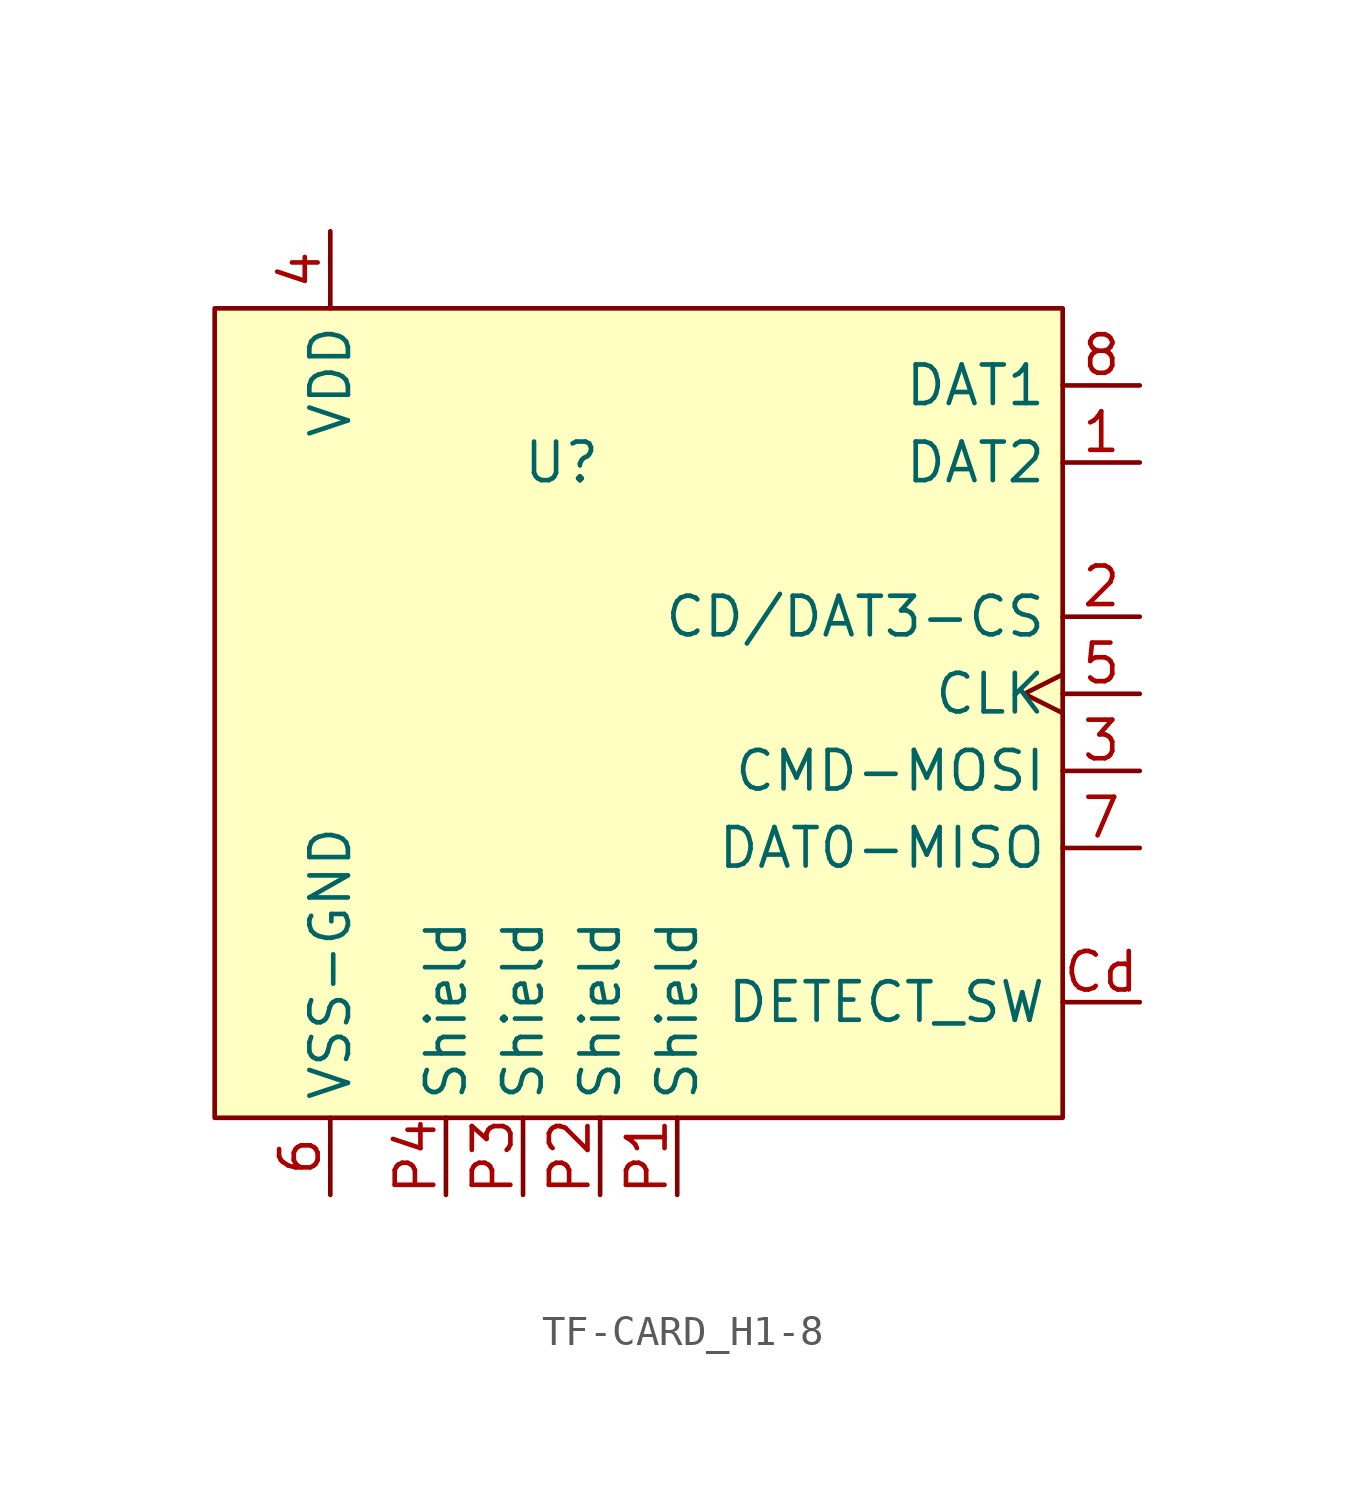
<source format=kicad_sym>
(kicad_symbol_lib
  (version 20220914)
  (generator kicad_symbol_editor)
  (symbol "TF-CARD_H1-8"
    (property "Reference" "U"
      (at -3.81 7.62 0)
      (effects (font (size 1.27 1.27))))
    (property "Value" ""
      (at 2.54 -1.27 0)
      (effects (font (size 1.27 1.27))))
    (symbol "TF-CARD_H1-8_1_1"
      (rectangle (start -15.24 12.7) (end 12.7 -13.97) (stroke (width 0) (type default)) (fill (type background)))
      (pin passive line (at 15.24 7.62 180) (length 2.54) (name "DAT2" (effects (font (size 1.27 1.27)))) (number "1" (effects (font (size 1.27 1.27)))))
      (pin passive line (at 15.24 2.54 180) (length 2.54) (name "CD/DAT3-CS" (effects (font (size 1.27 1.27)))) (number "2" (effects (font (size 1.27 1.27)))))
      (pin passive line (at 15.24 -2.54 180) (length 2.54) (name "CMD-MOSI" (effects (font (size 1.27 1.27)))) (number "3" (effects (font (size 1.27 1.27)))))
      (pin power_in line (at -11.43 15.24 270) (length 2.54) (name "VDD" (effects (font (size 1.27 1.27)))) (number "4" (effects (font (size 1.27 1.27)))))
      (pin passive clock (at 15.24 0 180) (length 2.54) (name "CLK" (effects (font (size 1.27 1.27)))) (number "5" (effects (font (size 1.27 1.27)))))
      (pin power_in line (at -11.43 -16.51 90) (length 2.54) (name "VSS-GND" (effects (font (size 1.27 1.27)))) (number "6" (effects (font (size 1.27 1.27)))))
      (pin passive line (at 15.24 -5.08 180) (length 2.54) (name "DAT0-MISO" (effects (font (size 1.27 1.27)))) (number "7" (effects (font (size 1.27 1.27)))))
      (pin passive line (at 15.24 10.16 180) (length 2.54) (name "DAT1" (effects (font (size 1.27 1.27)))) (number "8" (effects (font (size 1.27 1.27)))))
      (pin passive line (at 15.24 -10.16 180) (length 2.54) (name "DETECT_SW" (effects (font (size 1.27 1.27)))) (number "Cd" (effects (font (size 1.27 1.27)))))
      (pin passive line (at 0 -16.51 90) (length 2.54) (name "Shield" (effects (font (size 1.27 1.27)))) (number "P1" (effects (font (size 1.27 1.27)))))
      (pin passive line (at -2.54 -16.51 90) (length 2.54) (name "Shield" (effects (font (size 1.27 1.27)))) (number "P2" (effects (font (size 1.27 1.27)))))
      (pin passive line (at -5.08 -16.51 90) (length 2.54) (name "Shield" (effects (font (size 1.27 1.27)))) (number "P3" (effects (font (size 1.27 1.27)))))
      (pin passive line (at -7.62 -16.51 90) (length 2.54) (name "Shield" (effects (font (size 1.27 1.27)))) (number "P4" (effects (font (size 1.27 1.27))))))))
</source>
